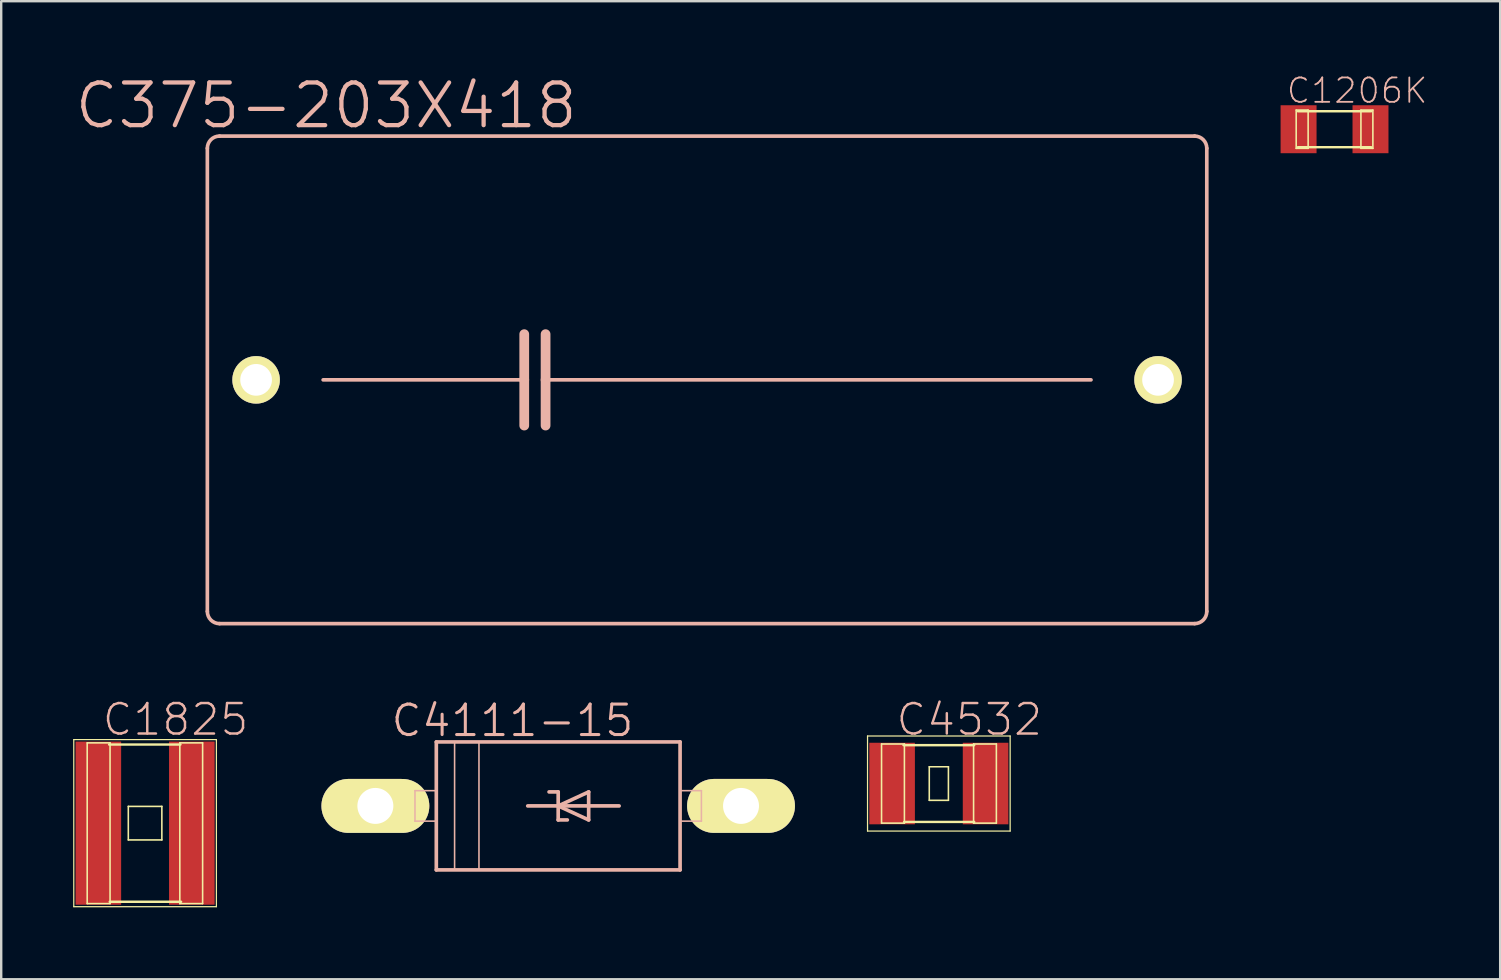
<source format=kicad_pcb>
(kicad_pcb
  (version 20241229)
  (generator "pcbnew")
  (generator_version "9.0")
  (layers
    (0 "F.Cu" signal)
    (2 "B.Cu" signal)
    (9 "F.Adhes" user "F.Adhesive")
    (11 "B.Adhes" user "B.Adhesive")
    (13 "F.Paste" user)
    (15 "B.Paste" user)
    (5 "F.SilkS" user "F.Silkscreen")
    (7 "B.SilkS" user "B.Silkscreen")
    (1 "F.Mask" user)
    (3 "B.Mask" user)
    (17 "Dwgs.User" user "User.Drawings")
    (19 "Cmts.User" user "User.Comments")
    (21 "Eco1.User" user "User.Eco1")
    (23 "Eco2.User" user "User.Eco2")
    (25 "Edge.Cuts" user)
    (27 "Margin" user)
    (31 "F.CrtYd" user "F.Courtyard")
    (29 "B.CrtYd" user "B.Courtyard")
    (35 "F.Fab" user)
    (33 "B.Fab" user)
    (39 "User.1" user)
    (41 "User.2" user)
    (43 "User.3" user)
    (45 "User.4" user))
  (footprint "C1206K"
    (layer "F.Cu")
    (at 52.572 2.336)
    (property "Reference" "C1206K" (at 0.94 -1.608 0) (layer "B.SilkS") (effects (font (size 1.016 1.016) (thickness 0.076))))
    (attr smd)
    (fp_line (start -1.598 -0.798) (end -1.1 -0.798) (stroke (width 0.066) (type solid)) (layer "F.SilkS"))
    (fp_line (start -1.598 0.798) (end -1.598 -0.798) (stroke (width 0.066) (type solid)) (layer "F.SilkS"))
    (fp_line (start -1.598 0.798) (end -1.1 0.798) (stroke (width 0.066) (type solid)) (layer "F.SilkS"))
    (fp_line (start -1.524 -0.749) (end 1.524 -0.749) (stroke (width 0.102) (type solid)) (layer "F.SilkS"))
    (fp_line (start -1.1 0.798) (end -1.1 -0.798) (stroke (width 0.066) (type solid)) (layer "F.SilkS"))
    (fp_line (start 1.1 -0.798) (end 1.598 -0.798) (stroke (width 0.066) (type solid)) (layer "F.SilkS"))
    (fp_line (start 1.1 0.798) (end 1.1 -0.798) (stroke (width 0.066) (type solid)) (layer "F.SilkS"))
    (fp_line (start 1.1 0.798) (end 1.598 0.798) (stroke (width 0.066) (type solid)) (layer "F.SilkS"))
    (fp_line (start 1.524 0.749) (end -1.524 0.749) (stroke (width 0.102) (type solid)) (layer "F.SilkS"))
    (fp_line (start 1.598 0.798) (end 1.598 -0.798) (stroke (width 0.066) (type solid)) (layer "F.SilkS"))
    (pad "1" smd rect (at -1.499 0) (size 1.499 1.999) (layers "F.Cu" "F.Mask" "F.Paste"))
    (pad "2" smd rect (at 1.499 0) (size 1.499 1.999) (layers "F.Cu" "F.Mask" "F.Paste")))
  (footprint "C4532"
    (layer "F.Cu")
    (at 36.08 29.607)
    (property "Reference" "C4532" (at 1.27 -2.667 0) (layer "B.SilkS") (effects (font (size 1.27 1.27) (thickness 0.102))))
    (attr smd)
    (fp_line (start -2.972 -1.981) (end 2.972 -1.981) (stroke (width 0.051) (type solid)) (layer "F.SilkS"))
    (fp_line (start -2.972 1.981) (end -2.972 -1.981) (stroke (width 0.051) (type solid)) (layer "F.SilkS"))
    (fp_line (start -2.388 -1.648) (end -1.435 -1.648) (stroke (width 0.066) (type solid)) (layer "F.SilkS"))
    (fp_line (start -2.388 1.651) (end -2.388 -1.648) (stroke (width 0.066) (type solid)) (layer "F.SilkS"))
    (fp_line (start -2.388 1.651) (end -1.435 1.651) (stroke (width 0.066) (type solid)) (layer "F.SilkS"))
    (fp_line (start -1.473 -1.6) (end 1.473 -1.6) (stroke (width 0.102) (type solid)) (layer "F.SilkS"))
    (fp_line (start -1.448 1.6) (end 1.473 1.6) (stroke (width 0.102) (type solid)) (layer "F.SilkS"))
    (fp_line (start -1.435 1.651) (end -1.435 -1.648) (stroke (width 0.066) (type solid)) (layer "F.SilkS"))
    (fp_line (start -0.399 -0.699) (end 0.399 -0.699) (stroke (width 0.066) (type solid)) (layer "F.SilkS"))
    (fp_line (start -0.399 0.699) (end -0.399 -0.699) (stroke (width 0.066) (type solid)) (layer "F.SilkS"))
    (fp_line (start -0.399 0.699) (end 0.399 0.699) (stroke (width 0.066) (type solid)) (layer "F.SilkS"))
    (fp_line (start 0.399 0.699) (end 0.399 -0.699) (stroke (width 0.066) (type solid)) (layer "F.SilkS"))
    (fp_line (start 1.448 -1.648) (end 2.398 -1.648) (stroke (width 0.066) (type solid)) (layer "F.SilkS"))
    (fp_line (start 1.448 1.651) (end 1.448 -1.648) (stroke (width 0.066) (type solid)) (layer "F.SilkS"))
    (fp_line (start 1.448 1.651) (end 2.398 1.651) (stroke (width 0.066) (type solid)) (layer "F.SilkS"))
    (fp_line (start 2.398 1.651) (end 2.398 -1.648) (stroke (width 0.066) (type solid)) (layer "F.SilkS"))
    (fp_line (start 2.972 -1.981) (end 2.972 1.981) (stroke (width 0.051) (type solid)) (layer "F.SilkS"))
    (fp_line (start 2.972 1.981) (end -2.972 1.981) (stroke (width 0.051) (type solid)) (layer "F.SilkS"))
    (pad "1" smd rect (at -1.948 0) (size 1.9 3.399) (layers "F.Cu" "F.Mask" "F.Paste"))
    (pad "2" smd rect (at 1.948 0) (size 1.9 3.399) (layers "F.Cu" "F.Mask" "F.Paste")))
  (footprint "C375-203X418"
    (layer "F.Cu")
    (at 26.42 12.782)
    (property "Reference" "C375-203X418" (at -15.875 -11.43 0) (layer "B.SilkS") (effects (font (size 1.778 1.778) (thickness 0.178))))
    (attr exclude_from_pos_files exclude_from_bom)
    (fp_line (start -20.828 9.652) (end -20.828 -9.652) (stroke (width 0.152) (type solid)) (layer "B.SilkS"))
    (fp_line (start -20.32 -10.16) (end 20.32 -10.16) (stroke (width 0.152) (type solid)) (layer "B.SilkS"))
    (fp_line (start -16.002 0) (end -7.62 0) (stroke (width 0.152) (type solid)) (layer "B.SilkS"))
    (fp_line (start -7.62 -1.905) (end -7.62 0) (stroke (width 0.406) (type solid)) (layer "B.SilkS"))
    (fp_line (start -7.62 0) (end -7.62 1.905) (stroke (width 0.406) (type solid)) (layer "B.SilkS"))
    (fp_line (start -6.731 -1.905) (end -6.731 0) (stroke (width 0.406) (type solid)) (layer "B.SilkS"))
    (fp_line (start -6.731 0) (end -6.731 1.905) (stroke (width 0.406) (type solid)) (layer "B.SilkS"))
    (fp_line (start -6.731 0) (end 16.002 0) (stroke (width 0.152) (type solid)) (layer "B.SilkS"))
    (fp_line (start 20.32 10.16) (end -20.32 10.16) (stroke (width 0.152) (type solid)) (layer "B.SilkS"))
    (fp_line (start 20.828 -9.652) (end 20.828 9.652) (stroke (width 0.152) (type solid)) (layer "B.SilkS"))
    (fp_arc (start -20.828 -9.652) (mid -20.67921 -10.01121) (end -20.32 -10.16) (stroke (width 0.1524) (type solid)) (layer "B.SilkS"))
    (fp_arc (start -20.32 10.16) (mid -20.67921 10.01121) (end -20.828 9.652) (stroke (width 0.1524) (type solid)) (layer "B.SilkS"))
    (fp_arc (start 20.32 -10.16) (mid 20.67921 -10.01121) (end 20.828 -9.652) (stroke (width 0.1524) (type solid)) (layer "B.SilkS"))
    (fp_arc (start 20.828 9.652) (mid 20.67921 10.01121) (end 20.32 10.16) (stroke (width 0.1524) (type solid)) (layer "B.SilkS"))
    (pad "1" thru_hole circle (at -18.796 0) (size 1.981 1.981) (drill 1.321) (layers "*.Cu" "F.Mask" "F.SilkS" "F.Paste"))
    (pad "2" thru_hole circle (at 18.796 0) (size 1.981 1.981) (drill 1.321) (layers "*.Cu" "F.Mask" "F.SilkS" "F.Paste")))
  (footprint "C4111-15"
    (layer "F.Cu")
    (at 20.215 30.54)
    (property "Reference" "C4111-15" (at -1.905 -3.556 0) (layer "B.SilkS") (effects (font (size 1.27 1.27) (thickness 0.127))))
    (attr exclude_from_pos_files exclude_from_bom)
    (fp_line (start -7.62 0) (end -6.223 0) (stroke (width 1.27) (type solid)) (layer "F.SilkS"))
    (fp_line (start 7.62 0) (end 6.223 0) (stroke (width 1.27) (type solid)) (layer "F.SilkS"))
    (fp_line (start -5.969 -0.635) (end -5.08 -0.635) (stroke (width 0.066) (type solid)) (layer "B.SilkS"))
    (fp_line (start -5.969 0.635) (end -5.969 -0.635) (stroke (width 0.066) (type solid)) (layer "B.SilkS"))
    (fp_line (start -5.969 0.635) (end -5.08 0.635) (stroke (width 0.066) (type solid)) (layer "B.SilkS"))
    (fp_line (start -5.08 -2.667) (end 5.08 -2.667) (stroke (width 0.152) (type solid)) (layer "B.SilkS"))
    (fp_line (start -5.08 0.635) (end -5.08 -0.635) (stroke (width 0.066) (type solid)) (layer "B.SilkS"))
    (fp_line (start -5.08 2.667) (end -5.08 -2.667) (stroke (width 0.152) (type solid)) (layer "B.SilkS"))
    (fp_line (start -4.318 -2.667) (end -3.302 -2.667) (stroke (width 0.066) (type solid)) (layer "B.SilkS"))
    (fp_line (start -4.318 2.667) (end -4.318 -2.667) (stroke (width 0.066) (type solid)) (layer "B.SilkS"))
    (fp_line (start -4.318 2.667) (end -3.302 2.667) (stroke (width 0.066) (type solid)) (layer "B.SilkS"))
    (fp_line (start -3.302 2.667) (end -3.302 -2.667) (stroke (width 0.066) (type solid)) (layer "B.SilkS"))
    (fp_line (start -1.27 0) (end 0 0) (stroke (width 0.152) (type solid)) (layer "B.SilkS"))
    (fp_line (start -0.381 -0.584) (end 0 -0.584) (stroke (width 0.152) (type solid)) (layer "B.SilkS"))
    (fp_line (start 0 -0.584) (end 0 0) (stroke (width 0.152) (type solid)) (layer "B.SilkS"))
    (fp_line (start 0 0) (end 0 0.584) (stroke (width 0.152) (type solid)) (layer "B.SilkS"))
    (fp_line (start 0 0) (end 1.27 -0.584) (stroke (width 0.152) (type solid)) (layer "B.SilkS"))
    (fp_line (start 0 0) (end 2.54 0) (stroke (width 0.152) (type solid)) (layer "B.SilkS"))
    (fp_line (start 0 0.584) (end 0.381 0.584) (stroke (width 0.152) (type solid)) (layer "B.SilkS"))
    (fp_line (start 1.27 -0.584) (end 1.27 0.584) (stroke (width 0.152) (type solid)) (layer "B.SilkS"))
    (fp_line (start 1.27 0.584) (end 0 0) (stroke (width 0.152) (type solid)) (layer "B.SilkS"))
    (fp_line (start 5.08 -2.667) (end 5.08 2.667) (stroke (width 0.152) (type solid)) (layer "B.SilkS"))
    (fp_line (start 5.08 -0.635) (end 5.969 -0.635) (stroke (width 0.066) (type solid)) (layer "B.SilkS"))
    (fp_line (start 5.08 0.635) (end 5.08 -0.635) (stroke (width 0.066) (type solid)) (layer "B.SilkS"))
    (fp_line (start 5.08 0.635) (end 5.969 0.635) (stroke (width 0.066) (type solid)) (layer "B.SilkS"))
    (fp_line (start 5.08 2.667) (end -5.08 2.667) (stroke (width 0.152) (type solid)) (layer "B.SilkS"))
    (fp_line (start 5.969 0.635) (end 5.969 -0.635) (stroke (width 0.066) (type solid)) (layer "B.SilkS"))
    (pad "A" thru_hole oval (at 7.62 0 90) (size 2.248 4.496) (drill 1.499) (layers "*.Cu" "F.Mask" "F.SilkS" "F.Paste"))
    (pad "C" thru_hole oval (at -7.62 0 90) (size 2.248 4.496) (drill 1.499) (layers "*.Cu" "F.Mask" "F.SilkS" "F.Paste")))
  (footprint "C1825"
    (layer "F.Cu")
    (at 2.997 31.258)
    (property "Reference" "C1825" (at 1.27 -4.318 0) (layer "B.SilkS") (effects (font (size 1.27 1.27) (thickness 0.102))))
    (attr smd)
    (fp_line (start -2.972 -3.482) (end 2.972 -3.482) (stroke (width 0.051) (type solid)) (layer "F.SilkS"))
    (fp_line (start -2.972 3.482) (end -2.972 -3.482) (stroke (width 0.051) (type solid)) (layer "F.SilkS"))
    (fp_line (start -2.413 -3.345) (end -1.46 -3.345) (stroke (width 0.066) (type solid)) (layer "F.SilkS"))
    (fp_line (start -2.413 3.353) (end -2.413 -3.345) (stroke (width 0.066) (type solid)) (layer "F.SilkS"))
    (fp_line (start -2.413 3.353) (end -1.46 3.353) (stroke (width 0.066) (type solid)) (layer "F.SilkS"))
    (fp_line (start -1.499 -3.277) (end 1.473 -3.277) (stroke (width 0.102) (type solid)) (layer "F.SilkS"))
    (fp_line (start -1.473 3.277) (end 1.499 3.277) (stroke (width 0.102) (type solid)) (layer "F.SilkS"))
    (fp_line (start -1.46 3.353) (end -1.46 -3.345) (stroke (width 0.066) (type solid)) (layer "F.SilkS"))
    (fp_line (start -0.699 -0.699) (end 0.699 -0.699) (stroke (width 0.066) (type solid)) (layer "F.SilkS"))
    (fp_line (start -0.699 0.699) (end -0.699 -0.699) (stroke (width 0.066) (type solid)) (layer "F.SilkS"))
    (fp_line (start -0.699 0.699) (end 0.699 0.699) (stroke (width 0.066) (type solid)) (layer "F.SilkS"))
    (fp_line (start 0.699 0.699) (end 0.699 -0.699) (stroke (width 0.066) (type solid)) (layer "F.SilkS"))
    (fp_line (start 1.448 -3.345) (end 2.398 -3.345) (stroke (width 0.066) (type solid)) (layer "F.SilkS"))
    (fp_line (start 1.448 3.353) (end 1.448 -3.345) (stroke (width 0.066) (type solid)) (layer "F.SilkS"))
    (fp_line (start 1.448 3.353) (end 2.398 3.353) (stroke (width 0.066) (type solid)) (layer "F.SilkS"))
    (fp_line (start 2.398 3.353) (end 2.398 -3.345) (stroke (width 0.066) (type solid)) (layer "F.SilkS"))
    (fp_line (start 2.972 -3.482) (end 2.972 3.482) (stroke (width 0.051) (type solid)) (layer "F.SilkS"))
    (fp_line (start 2.972 3.482) (end -2.972 3.482) (stroke (width 0.051) (type solid)) (layer "F.SilkS"))
    (pad "1" smd rect (at -1.948 0) (size 1.9 6.8) (layers "F.Cu" "F.Mask" "F.Paste"))
    (pad "2" smd rect (at 1.948 0) (size 1.9 6.8) (layers "F.Cu" "F.Mask" "F.Paste")))
  (gr_rect
    (start -3 -3)
    (end 59.476 37.765)
    (stroke (width 0.1) (type default))
    (fill no)
    (layer "Edge.Cuts")))
</source>
